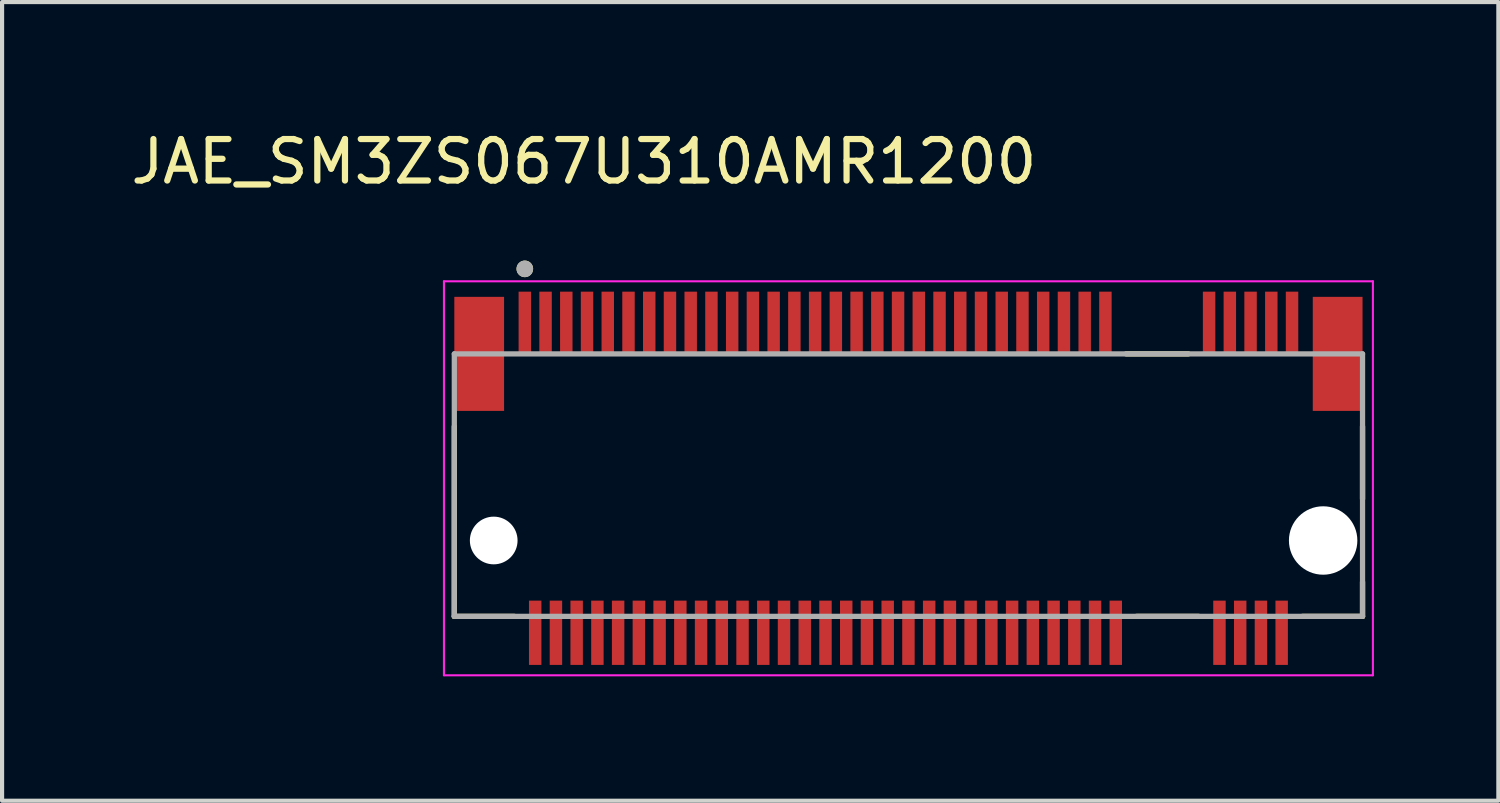
<source format=kicad_pcb>
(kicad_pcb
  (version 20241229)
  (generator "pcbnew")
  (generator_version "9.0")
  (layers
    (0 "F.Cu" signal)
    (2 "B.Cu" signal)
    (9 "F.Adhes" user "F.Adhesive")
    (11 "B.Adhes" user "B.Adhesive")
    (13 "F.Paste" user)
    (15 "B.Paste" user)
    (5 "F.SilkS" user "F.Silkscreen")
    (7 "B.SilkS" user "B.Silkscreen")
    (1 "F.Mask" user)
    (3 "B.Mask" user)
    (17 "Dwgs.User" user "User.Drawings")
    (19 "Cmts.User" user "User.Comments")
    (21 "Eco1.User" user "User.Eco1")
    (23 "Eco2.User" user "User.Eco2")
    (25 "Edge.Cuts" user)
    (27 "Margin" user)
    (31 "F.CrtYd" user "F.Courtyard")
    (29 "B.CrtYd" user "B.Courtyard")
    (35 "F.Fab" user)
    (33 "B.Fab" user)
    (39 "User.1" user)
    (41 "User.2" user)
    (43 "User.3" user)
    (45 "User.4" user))
  (footprint "JAE_SM3ZS067U310AMR1200"
    (layer "F.Cu")
    (at 18.855 8.233)
    (property "Reference" "JAE_SM3ZS067U310AMR1200" (at -7.825 -7.385 0) (layer "F.SilkS") (effects (font (size 1 1) (thickness 0.15))))
    (attr through_hole)
    (fp_line (start -10.95 3.58) (end -10.95 -1) (stroke (width 0.127) (type solid)) (layer "F.SilkS"))
    (fp_line (start -9.5 3.58) (end -10.95 3.58) (stroke (width 0.127) (type solid)) (layer "F.SilkS"))
    (fp_line (start 5.25 -2.75) (end 6.75 -2.75) (stroke (width 0.127) (type solid)) (layer "F.SilkS"))
    (fp_line (start 7 3.58) (end 5.5 3.58) (stroke (width 0.127) (type solid)) (layer "F.SilkS"))
    (fp_line (start 10.95 -1) (end 10.95 0.75) (stroke (width 0.127) (type solid)) (layer "F.SilkS"))
    (fp_line (start 10.95 2.75) (end 10.95 3.58) (stroke (width 0.127) (type solid)) (layer "F.SilkS"))
    (fp_line (start 10.95 3.58) (end 9.5 3.58) (stroke (width 0.127) (type solid)) (layer "F.SilkS"))
    (fp_circle (center -9.25 -4.8) (end -9.15 -4.8) (stroke (width 0.2) (type solid)) (fill no) (layer "F.SilkS"))
    (fp_line (start -11.2 -4.5) (end 11.2 -4.5) (stroke (width 0.05) (type solid)) (layer "F.CrtYd"))
    (fp_line (start -11.2 5) (end -11.2 -4.5) (stroke (width 0.05) (type solid)) (layer "F.CrtYd"))
    (fp_line (start 11.2 -4.5) (end 11.2 5) (stroke (width 0.05) (type solid)) (layer "F.CrtYd"))
    (fp_line (start 11.2 5) (end -11.2 5) (stroke (width 0.05) (type solid)) (layer "F.CrtYd"))
    (fp_line (start -10.95 -2.75) (end 10.95 -2.75) (stroke (width 0.127) (type solid)) (layer "F.Fab"))
    (fp_line (start -10.95 3.58) (end -10.95 -2.75) (stroke (width 0.127) (type solid)) (layer "F.Fab"))
    (fp_line (start 10.95 -2.75) (end 10.95 3.58) (stroke (width 0.127) (type solid)) (layer "F.Fab"))
    (fp_line (start 10.95 3.58) (end -10.95 3.58) (stroke (width 0.127) (type solid)) (layer "F.Fab"))
    (fp_circle (center -9.25 -4.8) (end -9.15 -4.8) (stroke (width 0.2) (type solid)) (fill no) (layer "F.Fab"))
    (pad "" np_thru_hole circle (at -10 1.75) (size 1.15 1.15) (drill 1.15) (layers "*.Cu" "*.Mask"))
    (pad "" np_thru_hole circle (at 10 1.75) (size 1.65 1.65) (drill 1.65) (layers "*.Cu" "*.Mask"))
    (pad "1" smd rect (at -9.25 -3.475) (size 0.3 1.55) (layers "F.Cu" "F.Mask" "F.Paste"))
    (pad "2" smd rect (at -9 3.975) (size 0.3 1.55) (layers "F.Cu" "F.Mask" "F.Paste"))
    (pad "3" smd rect (at -8.75 -3.475) (size 0.3 1.55) (layers "F.Cu" "F.Mask" "F.Paste"))
    (pad "4" smd rect (at -8.5 3.975) (size 0.3 1.55) (layers "F.Cu" "F.Mask" "F.Paste"))
    (pad "5" smd rect (at -8.25 -3.475) (size 0.3 1.55) (layers "F.Cu" "F.Mask" "F.Paste"))
    (pad "6" smd rect (at -8 3.975) (size 0.3 1.55) (layers "F.Cu" "F.Mask" "F.Paste"))
    (pad "7" smd rect (at -7.75 -3.475) (size 0.3 1.55) (layers "F.Cu" "F.Mask" "F.Paste"))
    (pad "8" smd rect (at -7.5 3.975) (size 0.3 1.55) (layers "F.Cu" "F.Mask" "F.Paste"))
    (pad "9" smd rect (at -7.25 -3.475) (size 0.3 1.55) (layers "F.Cu" "F.Mask" "F.Paste"))
    (pad "10" smd rect (at -7 3.975) (size 0.3 1.55) (layers "F.Cu" "F.Mask" "F.Paste"))
    (pad "11" smd rect (at -6.75 -3.475) (size 0.3 1.55) (layers "F.Cu" "F.Mask" "F.Paste"))
    (pad "12" smd rect (at -6.5 3.975) (size 0.3 1.55) (layers "F.Cu" "F.Mask" "F.Paste"))
    (pad "13" smd rect (at -6.25 -3.475) (size 0.3 1.55) (layers "F.Cu" "F.Mask" "F.Paste"))
    (pad "14" smd rect (at -6 3.975) (size 0.3 1.55) (layers "F.Cu" "F.Mask" "F.Paste"))
    (pad "15" smd rect (at -5.75 -3.475) (size 0.3 1.55) (layers "F.Cu" "F.Mask" "F.Paste"))
    (pad "16" smd rect (at -5.5 3.975) (size 0.3 1.55) (layers "F.Cu" "F.Mask" "F.Paste"))
    (pad "17" smd rect (at -5.25 -3.475) (size 0.3 1.55) (layers "F.Cu" "F.Mask" "F.Paste"))
    (pad "18" smd rect (at -5 3.975) (size 0.3 1.55) (layers "F.Cu" "F.Mask" "F.Paste"))
    (pad "19" smd rect (at -4.75 -3.475) (size 0.3 1.55) (layers "F.Cu" "F.Mask" "F.Paste"))
    (pad "20" smd rect (at -4.5 3.975) (size 0.3 1.55) (layers "F.Cu" "F.Mask" "F.Paste"))
    (pad "21" smd rect (at -4.25 -3.475) (size 0.3 1.55) (layers "F.Cu" "F.Mask" "F.Paste"))
    (pad "22" smd rect (at -4 3.975) (size 0.3 1.55) (layers "F.Cu" "F.Mask" "F.Paste"))
    (pad "23" smd rect (at -3.75 -3.475) (size 0.3 1.55) (layers "F.Cu" "F.Mask" "F.Paste"))
    (pad "24" smd rect (at -3.5 3.975) (size 0.3 1.55) (layers "F.Cu" "F.Mask" "F.Paste"))
    (pad "25" smd rect (at -3.25 -3.475) (size 0.3 1.55) (layers "F.Cu" "F.Mask" "F.Paste"))
    (pad "26" smd rect (at -3 3.975) (size 0.3 1.55) (layers "F.Cu" "F.Mask" "F.Paste"))
    (pad "27" smd rect (at -2.75 -3.475) (size 0.3 1.55) (layers "F.Cu" "F.Mask" "F.Paste"))
    (pad "28" smd rect (at -2.5 3.975) (size 0.3 1.55) (layers "F.Cu" "F.Mask" "F.Paste"))
    (pad "29" smd rect (at -2.25 -3.475) (size 0.3 1.55) (layers "F.Cu" "F.Mask" "F.Paste"))
    (pad "30" smd rect (at -2 3.975) (size 0.3 1.55) (layers "F.Cu" "F.Mask" "F.Paste"))
    (pad "31" smd rect (at -1.75 -3.475) (size 0.3 1.55) (layers "F.Cu" "F.Mask" "F.Paste"))
    (pad "32" smd rect (at -1.5 3.975) (size 0.3 1.55) (layers "F.Cu" "F.Mask" "F.Paste"))
    (pad "33" smd rect (at -1.25 -3.475) (size 0.3 1.55) (layers "F.Cu" "F.Mask" "F.Paste"))
    (pad "34" smd rect (at -1 3.975) (size 0.3 1.55) (layers "F.Cu" "F.Mask" "F.Paste"))
    (pad "35" smd rect (at -0.75 -3.475) (size 0.3 1.55) (layers "F.Cu" "F.Mask" "F.Paste"))
    (pad "36" smd rect (at -0.5 3.975) (size 0.3 1.55) (layers "F.Cu" "F.Mask" "F.Paste"))
    (pad "37" smd rect (at -0.25 -3.475) (size 0.3 1.55) (layers "F.Cu" "F.Mask" "F.Paste"))
    (pad "38" smd rect (at 0 3.975) (size 0.3 1.55) (layers "F.Cu" "F.Mask" "F.Paste"))
    (pad "39" smd rect (at 0.25 -3.475) (size 0.3 1.55) (layers "F.Cu" "F.Mask" "F.Paste"))
    (pad "40" smd rect (at 0.5 3.975) (size 0.3 1.55) (layers "F.Cu" "F.Mask" "F.Paste"))
    (pad "41" smd rect (at 0.75 -3.475) (size 0.3 1.55) (layers "F.Cu" "F.Mask" "F.Paste"))
    (pad "42" smd rect (at 1 3.975) (size 0.3 1.55) (layers "F.Cu" "F.Mask" "F.Paste"))
    (pad "43" smd rect (at 1.25 -3.475) (size 0.3 1.55) (layers "F.Cu" "F.Mask" "F.Paste"))
    (pad "44" smd rect (at 1.5 3.975) (size 0.3 1.55) (layers "F.Cu" "F.Mask" "F.Paste"))
    (pad "45" smd rect (at 1.75 -3.475) (size 0.3 1.55) (layers "F.Cu" "F.Mask" "F.Paste"))
    (pad "46" smd rect (at 2 3.975) (size 0.3 1.55) (layers "F.Cu" "F.Mask" "F.Paste"))
    (pad "47" smd rect (at 2.25 -3.475) (size 0.3 1.55) (layers "F.Cu" "F.Mask" "F.Paste"))
    (pad "48" smd rect (at 2.5 3.975) (size 0.3 1.55) (layers "F.Cu" "F.Mask" "F.Paste"))
    (pad "49" smd rect (at 2.75 -3.475) (size 0.3 1.55) (layers "F.Cu" "F.Mask" "F.Paste"))
    (pad "50" smd rect (at 3 3.975) (size 0.3 1.55) (layers "F.Cu" "F.Mask" "F.Paste"))
    (pad "51" smd rect (at 3.25 -3.475) (size 0.3 1.55) (layers "F.Cu" "F.Mask" "F.Paste"))
    (pad "52" smd rect (at 3.5 3.975) (size 0.3 1.55) (layers "F.Cu" "F.Mask" "F.Paste"))
    (pad "53" smd rect (at 3.75 -3.475) (size 0.3 1.55) (layers "F.Cu" "F.Mask" "F.Paste"))
    (pad "54" smd rect (at 4 3.975) (size 0.3 1.55) (layers "F.Cu" "F.Mask" "F.Paste"))
    (pad "55" smd rect (at 4.25 -3.475) (size 0.3 1.55) (layers "F.Cu" "F.Mask" "F.Paste"))
    (pad "56" smd rect (at 4.5 3.975) (size 0.3 1.55) (layers "F.Cu" "F.Mask" "F.Paste"))
    (pad "57" smd rect (at 4.75 -3.475) (size 0.3 1.55) (layers "F.Cu" "F.Mask" "F.Paste"))
    (pad "58" smd rect (at 5 3.975) (size 0.3 1.55) (layers "F.Cu" "F.Mask" "F.Paste"))
    (pad "67" smd rect (at 7.25 -3.475) (size 0.3 1.55) (layers "F.Cu" "F.Mask" "F.Paste"))
    (pad "68" smd rect (at 7.5 3.975) (size 0.3 1.55) (layers "F.Cu" "F.Mask" "F.Paste"))
    (pad "69" smd rect (at 7.75 -3.475) (size 0.3 1.55) (layers "F.Cu" "F.Mask" "F.Paste"))
    (pad "70" smd rect (at 8 3.975) (size 0.3 1.55) (layers "F.Cu" "F.Mask" "F.Paste"))
    (pad "71" smd rect (at 8.25 -3.475) (size 0.3 1.55) (layers "F.Cu" "F.Mask" "F.Paste"))
    (pad "72" smd rect (at 8.5 3.975) (size 0.3 1.55) (layers "F.Cu" "F.Mask" "F.Paste"))
    (pad "73" smd rect (at 8.75 -3.475) (size 0.3 1.55) (layers "F.Cu" "F.Mask" "F.Paste"))
    (pad "74" smd rect (at 9 3.975) (size 0.3 1.55) (layers "F.Cu" "F.Mask" "F.Paste"))
    (pad "75" smd rect (at 9.25 -3.475) (size 0.3 1.55) (layers "F.Cu" "F.Mask" "F.Paste"))
    (pad "S1" smd rect (at -10.35 -2.75) (size 1.2 2.75) (layers "F.Cu" "F.Mask" "F.Paste"))
    (pad "S2" smd rect (at 10.35 -2.75) (size 1.2 2.75) (layers "F.Cu" "F.Mask" "F.Paste")))
  (gr_rect
    (start -3 -3)
    (end 33.08 16.258)
    (stroke (width 0.1) (type default))
    (fill no)
    (layer "Edge.Cuts")))
</source>
